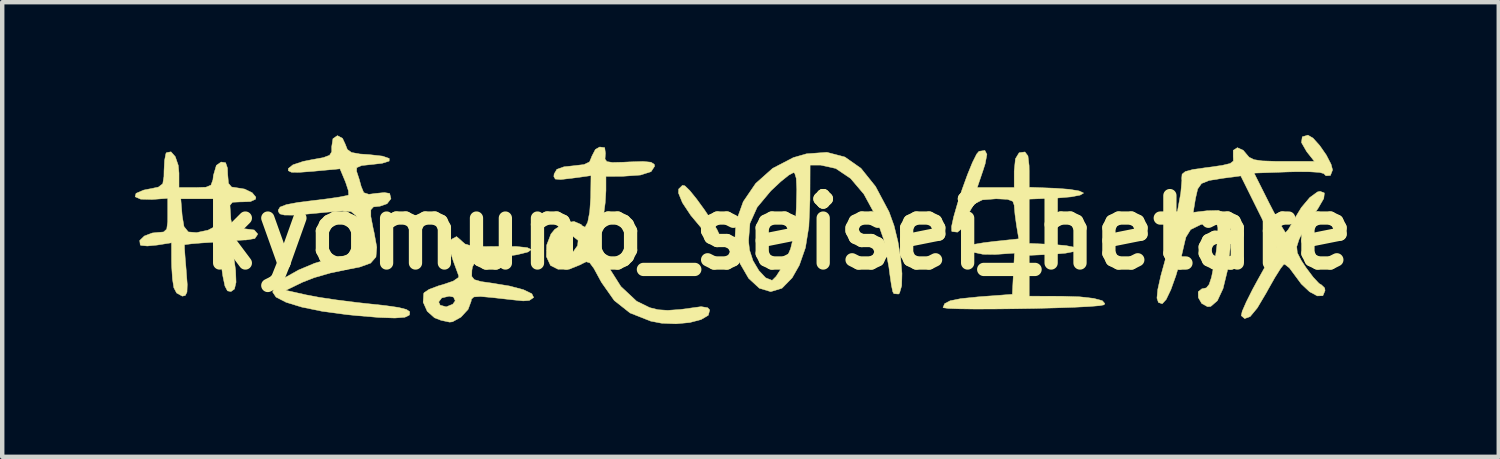
<source format=kicad_pcb>
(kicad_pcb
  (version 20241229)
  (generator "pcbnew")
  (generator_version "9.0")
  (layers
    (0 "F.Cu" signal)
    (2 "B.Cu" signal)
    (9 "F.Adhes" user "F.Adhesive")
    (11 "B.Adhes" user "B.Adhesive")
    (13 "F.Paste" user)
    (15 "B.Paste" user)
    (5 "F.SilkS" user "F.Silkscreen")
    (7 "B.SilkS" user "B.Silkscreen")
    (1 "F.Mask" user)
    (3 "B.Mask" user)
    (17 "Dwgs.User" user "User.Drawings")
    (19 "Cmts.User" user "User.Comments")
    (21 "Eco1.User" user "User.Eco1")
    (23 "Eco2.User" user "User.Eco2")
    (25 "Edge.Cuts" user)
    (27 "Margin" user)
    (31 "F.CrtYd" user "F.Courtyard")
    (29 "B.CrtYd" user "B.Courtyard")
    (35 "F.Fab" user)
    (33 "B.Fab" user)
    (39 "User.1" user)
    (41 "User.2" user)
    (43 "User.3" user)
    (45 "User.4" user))
  (footprint "kyomuno_seisei_hetare"
    (layer "F.Cu")
    (at 14.543 2.206)
    (property "Reference" "kyomuno_seisei_hetare" (at 0 0 0) (layer "F.SilkS") (effects (font (size 1.524 1.524) (thickness 0.3))))
    (attr through_hole)
    (fp_poly (pts (xy -2.112 -1.056) (xy -2.002 -0.95) (xy -1.846 -0.757) (xy -1.672 -0.518) (xy -1.507 -0.272) (xy -1.381 -0.061) (xy -1.32 0.074) (xy -1.32 0.098) (xy -1.405 0.163) (xy -1.527 0.11) (xy -1.706 -0.064) (xy -1.977 -0.388) (xy -2.166 -0.673) (xy -2.255 -0.892) (xy -2.252 -0.982) (xy -2.166 -1.066) (xy -2.112 -1.056)) (stroke (width 0.01) (type solid)) (fill yes) (layer "F.SilkS"))
    (fp_poly (pts (xy -7.167 0.182) (xy -7.163 0.188) (xy -7.081 0.26) (xy -6.943 0.301) (xy -6.711 0.318) (xy -6.35 0.315) (xy -6.324 0.315) (xy -5.92 0.316) (xy -5.673 0.342) (xy -5.584 0.386) (xy -5.657 0.44) (xy -5.895 0.5) (xy -6.223 0.55) (xy -6.559 0.596) (xy -6.763 0.639) (xy -6.869 0.695) (xy -6.913 0.779) (xy -6.926 0.859) (xy -6.929 0.991) (xy -6.872 1.065) (xy -6.717 1.11) (xy -6.503 1.14) (xy -6.078 1.209) (xy -5.76 1.293) (xy -5.571 1.384) (xy -5.529 1.469) (xy -5.628 1.536) (xy -5.766 1.546) (xy -5.963 1.526) (xy -6.252 1.494) (xy -6.456 1.471) (xy -6.733 1.446) (xy -6.881 1.456) (xy -6.937 1.508) (xy -6.943 1.555) (xy -7.011 1.737) (xy -7.173 1.913) (xy -7.363 2.018) (xy -7.429 2.026) (xy -7.622 1.985) (xy -7.77 1.928) (xy -7.935 1.781) (xy -8.027 1.574) (xy -8.026 1.57) (xy -7.676 1.57) (xy -7.643 1.642) (xy -7.506 1.681) (xy -7.358 1.621) (xy -7.302 1.545) (xy -7.341 1.459) (xy -7.439 1.439) (xy -7.608 1.479) (xy -7.676 1.57) (xy -8.026 1.57) (xy -8.015 1.381) (xy -8.004 1.359) (xy -7.894 1.286) (xy -7.681 1.206) (xy -7.568 1.174) (xy -7.346 1.098) (xy -7.229 1.017) (xy -7.222 0.984) (xy -7.348 0.639) (xy -7.418 0.418) (xy -7.441 0.284) (xy -7.421 0.202) (xy -7.377 0.148) (xy -7.272 0.092) (xy -7.167 0.182)) (stroke (width 0.01) (type solid)) (fill yes) (layer "F.SilkS"))
    (fp_poly (pts (xy 1.507 -1.706) (xy 1.87 -1.451) (xy 2.199 -1.041) (xy 2.503 -0.47) (xy 2.507 -0.461) (xy 2.618 -0.154) (xy 2.706 0.207) (xy 2.767 0.581) (xy 2.797 0.926) (xy 2.79 1.203) (xy 2.742 1.369) (xy 2.719 1.391) (xy 2.614 1.382) (xy 2.589 1.339) (xy 2.559 1.196) (xy 2.523 0.95) (xy 2.5 0.774) (xy 2.382 0.151) (xy 2.189 -0.403) (xy 1.936 -0.868) (xy 1.635 -1.223) (xy 1.3 -1.448) (xy 0.957 -1.524) (xy 0.72 -1.524) (xy 0.717 -0.741) (xy 0.692 -0.137) (xy 0.615 0.343) (xy 0.477 0.739) (xy 0.315 1.024) (xy 0.084 1.26) (xy -0.17 1.337) (xy -0.427 1.26) (xy -0.67 1.035) (xy -0.864 0.7) (xy -0.984 0.234) (xy -0.982 0.193) (xy -0.672 0.193) (xy -0.649 0.398) (xy -0.571 0.637) (xy -0.438 0.861) (xy -0.285 1.024) (xy -0.146 1.08) (xy -0.132 1.077) (xy -0.047 0.992) (xy 0.076 0.801) (xy 0.166 0.633) (xy 0.279 0.367) (xy 0.351 0.077) (xy 0.393 -0.292) (xy 0.409 -0.569) (xy 0.419 -0.973) (xy 0.407 -1.225) (xy 0.371 -1.342) (xy 0.345 -1.355) (xy 0.239 -1.298) (xy 0.056 -1.151) (xy -0.165 -0.944) (xy -0.168 -0.941) (xy -0.477 -0.571) (xy -0.64 -0.208) (xy -0.672 0.193) (xy -0.982 0.193) (xy -0.955 -0.241) (xy -0.791 -0.697) (xy -0.51 -1.109) (xy -0.127 -1.45) (xy 0.342 -1.694) (xy 0.638 -1.779) (xy 1.099 -1.813) (xy 1.507 -1.706)) (stroke (width 0.01) (type solid)) (fill yes) (layer "F.SilkS"))
    (fp_poly (pts (xy -3.923 -1.918) (xy -3.906 -1.787) (xy -3.909 -1.764) (xy -3.916 -1.66) (xy -3.874 -1.603) (xy -3.748 -1.583) (xy -3.503 -1.589) (xy -3.365 -1.596) (xy -3.053 -1.606) (xy -2.877 -1.589) (xy -2.803 -1.542) (xy -2.794 -1.5) (xy -2.875 -1.376) (xy -3.116 -1.299) (xy -3.516 -1.271) (xy -3.535 -1.271) (xy -3.895 -1.27) (xy -3.895 -0.945) (xy -3.912 -0.669) (xy -3.957 -0.329) (xy -3.988 -0.156) (xy -4.036 0.131) (xy -4.029 0.338) (xy -3.956 0.551) (xy -3.87 0.727) (xy -3.558 1.22) (xy -3.202 1.553) (xy -2.904 1.699) (xy -2.715 1.746) (xy -2.5 1.76) (xy -2.215 1.74) (xy -1.814 1.686) (xy -1.745 1.676) (xy -1.596 1.7) (xy -1.549 1.751) (xy -1.581 1.871) (xy -1.745 1.968) (xy -2.001 2.035) (xy -2.312 2.064) (xy -2.64 2.05) (xy -2.884 2.003) (xy -3.35 1.819) (xy -3.707 1.537) (xy -3.997 1.125) (xy -4.03 1.064) (xy -4.167 0.812) (xy -4.26 0.686) (xy -4.341 0.661) (xy -4.443 0.71) (xy -4.462 0.723) (xy -4.722 0.828) (xy -4.979 0.83) (xy -5.148 0.745) (xy -5.241 0.545) (xy -5.238 0.407) (xy -4.894 0.407) (xy -4.874 0.481) (xy -4.822 0.569) (xy -4.743 0.541) (xy -4.643 0.447) (xy -4.535 0.294) (xy -4.524 0.178) (xy -4.649 0.079) (xy -4.779 0.107) (xy -4.874 0.228) (xy -4.894 0.407) (xy -5.238 0.407) (xy -5.235 0.285) (xy -5.138 0.034) (xy -5.053 -0.07) (xy -4.835 -0.21) (xy -4.617 -0.25) (xy -4.456 -0.181) (xy -4.435 -0.154) (xy -4.367 -0.12) (xy -4.307 -0.232) (xy -4.262 -0.463) (xy -4.24 -0.791) (xy -4.239 -0.833) (xy -4.233 -1.286) (xy -4.665 -1.227) (xy -4.916 -1.198) (xy -5.04 -1.208) (xy -5.073 -1.266) (xy -5.066 -1.324) (xy -5.005 -1.428) (xy -4.845 -1.485) (xy -4.64 -1.507) (xy -4.392 -1.536) (xy -4.267 -1.595) (xy -4.219 -1.707) (xy -4.217 -1.718) (xy -4.134 -1.878) (xy -4.036 -1.933) (xy -3.923 -1.918)) (stroke (width 0.01) (type solid)) (fill yes) (layer "F.SilkS"))
    (fp_poly (pts (xy 4.717 -1.766) (xy 4.677 -1.552) (xy 4.629 -1.402) (xy 4.498 -1.016) (xy 5.334 -1.016) (xy 5.334 -1.388) (xy 5.362 -1.667) (xy 5.444 -1.801) (xy 5.453 -1.805) (xy 5.577 -1.821) (xy 5.645 -1.731) (xy 5.671 -1.51) (xy 5.673 -1.387) (xy 5.673 -1.023) (xy 6.287 -0.999) (xy 6.584 -0.976) (xy 6.803 -0.939) (xy 6.899 -0.895) (xy 6.9 -0.889) (xy 6.823 -0.845) (xy 6.618 -0.806) (xy 6.328 -0.781) (xy 6.287 -0.779) (xy 5.673 -0.755) (xy 5.673 0.246) (xy 6.224 0.271) (xy 6.504 0.296) (xy 6.703 0.336) (xy 6.775 0.381) (xy 6.698 0.428) (xy 6.495 0.467) (xy 6.224 0.491) (xy 5.673 0.516) (xy 5.673 1.439) (xy 6.413 1.441) (xy 6.819 1.454) (xy 7.131 1.489) (xy 7.326 1.542) (xy 7.383 1.607) (xy 7.364 1.635) (xy 7.263 1.654) (xy 7.027 1.673) (xy 6.686 1.69) (xy 6.269 1.704) (xy 5.805 1.716) (xy 5.326 1.724) (xy 4.86 1.729) (xy 4.438 1.73) (xy 4.089 1.725) (xy 3.843 1.716) (xy 3.729 1.7) (xy 3.725 1.696) (xy 3.762 1.608) (xy 3.887 1.543) (xy 4.127 1.495) (xy 4.506 1.456) (xy 4.605 1.448) (xy 5.292 1.397) (xy 5.316 0.931) (xy 5.341 0.466) (xy 4.906 0.496) (xy 4.628 0.492) (xy 4.418 0.448) (xy 4.311 0.376) (xy 4.331 0.298) (xy 4.431 0.267) (xy 4.651 0.23) (xy 4.905 0.199) (xy 5.437 0.143) (xy 5.386 -0.161) (xy 5.352 -0.408) (xy 5.335 -0.602) (xy 5.335 -0.614) (xy 5.303 -0.705) (xy 5.183 -0.75) (xy 4.935 -0.762) (xy 4.921 -0.762) (xy 4.613 -0.738) (xy 4.425 -0.643) (xy 4.312 -0.448) (xy 4.272 -0.31) (xy 4.181 -0.116) (xy 4.052 -0.008) (xy 3.93 -0.022) (xy 3.921 -0.03) (xy 3.918 -0.135) (xy 3.966 -0.355) (xy 4.051 -0.651) (xy 4.159 -0.981) (xy 4.277 -1.306) (xy 4.39 -1.583) (xy 4.485 -1.773) (xy 4.538 -1.835) (xy 4.671 -1.855) (xy 4.717 -1.766)) (stroke (width 0.01) (type solid)) (fill yes) (layer "F.SilkS"))
    (fp_poly (pts (xy -13.631 -1.715) (xy -13.563 -1.517) (xy -13.547 -1.344) (xy -13.547 -1.016) (xy -13.171 -1.016) (xy -12.938 -1.024) (xy -12.824 -1.071) (xy -12.78 -1.191) (xy -12.769 -1.29) (xy -12.702 -1.518) (xy -12.594 -1.593) (xy -12.493 -1.578) (xy -12.451 -1.457) (xy -12.446 -1.319) (xy -12.428 -1.112) (xy -12.358 -1.028) (xy -12.271 -1.016) (xy -12.063 -0.982) (xy -11.892 -0.899) (xy -11.809 -0.799) (xy -11.817 -0.752) (xy -11.93 -0.7) (xy -12.13 -0.692) (xy -12.137 -0.693) (xy -12.339 -0.684) (xy -12.395 -0.614) (xy -12.384 -0.45) (xy -12.374 -0.296) (xy -12.341 -0.153) (xy -12.233 -0.094) (xy -12.065 -0.085) (xy -11.846 -0.057) (xy -11.769 0.031) (xy -11.769 0.042) (xy -11.832 0.136) (xy -12.035 0.169) (xy -12.069 0.169) (xy -12.267 0.18) (xy -12.34 0.242) (xy -12.331 0.403) (xy -12.324 0.445) (xy -12.267 0.855) (xy -12.257 1.126) (xy -12.293 1.278) (xy -12.372 1.335) (xy -12.451 1.319) (xy -12.508 1.211) (xy -12.556 0.982) (xy -12.584 0.787) (xy -12.658 0.212) (xy -13.035 0.236) (xy -13.264 0.255) (xy -13.404 0.273) (xy -13.423 0.279) (xy -13.422 0.365) (xy -13.407 0.575) (xy -13.383 0.863) (xy -13.383 0.868) (xy -13.36 1.174) (xy -13.366 1.347) (xy -13.405 1.424) (xy -13.471 1.439) (xy -13.6 1.368) (xy -13.663 1.249) (xy -13.694 1.05) (xy -13.712 0.769) (xy -13.715 0.645) (xy -13.716 0.232) (xy -14.042 0.284) (xy -14.263 0.305) (xy -14.406 0.291) (xy -14.422 0.282) (xy -14.435 0.181) (xy -14.33 0.079) (xy -14.151 0.011) (xy -14.044 0) (xy -13.895 -0.012) (xy -13.824 -0.077) (xy -13.802 -0.242) (xy -13.801 -0.387) (xy -13.801 -0.762) (xy -13.506 -0.762) (xy -13.475 -0.381) (xy -13.434 -0.135) (xy -13.336 -0.013) (xy -13.148 0.002) (xy -12.89 -0.053) (xy -12.762 -0.12) (xy -12.708 -0.263) (xy -12.7 -0.433) (xy -12.7 -0.762) (xy -13.506 -0.762) (xy -13.801 -0.762) (xy -13.801 -0.773) (xy -14.152 -0.747) (xy -14.413 -0.754) (xy -14.538 -0.808) (xy -14.518 -0.885) (xy -14.345 -0.959) (xy -14.23 -0.982) (xy -14.013 -1.026) (xy -13.914 -1.102) (xy -13.887 -1.264) (xy -13.885 -1.394) (xy -13.873 -1.628) (xy -13.843 -1.783) (xy -13.83 -1.805) (xy -13.728 -1.824) (xy -13.631 -1.715)) (stroke (width 0.01) (type solid)) (fill yes) (layer "F.SilkS"))
    (fp_poly (pts (xy -9.85 -2.129) (xy -9.789 -1.998) (xy -9.741 -1.877) (xy -9.646 -1.809) (xy -9.459 -1.775) (xy -9.249 -1.761) (xy -8.947 -1.727) (xy -8.794 -1.674) (xy -8.795 -1.615) (xy -8.953 -1.565) (xy -9.172 -1.54) (xy -9.419 -1.514) (xy -9.529 -1.466) (xy -9.532 -1.385) (xy -9.532 -1.384) (xy -9.472 -1.201) (xy -9.429 -1.043) (xy -9.37 -0.901) (xy -9.255 -0.863) (xy -9.106 -0.883) (xy -8.905 -0.903) (xy -8.787 -0.884) (xy -8.784 -0.882) (xy -8.755 -0.764) (xy -8.844 -0.65) (xy -9.008 -0.593) (xy -9.026 -0.593) (xy -9.151 -0.579) (xy -9.21 -0.513) (xy -9.21 -0.362) (xy -9.157 -0.09) (xy -9.137 -0.003) (xy -9.076 0.332) (xy -9.094 0.553) (xy -9.215 0.692) (xy -9.462 0.781) (xy -9.756 0.838) (xy -10.129 0.916) (xy -10.495 1.022) (xy -10.753 1.123) (xy -11.134 1.307) (xy -10.668 1.411) (xy -10.376 1.466) (xy -9.98 1.525) (xy -9.545 1.58) (xy -9.328 1.604) (xy -8.881 1.652) (xy -8.581 1.695) (xy -8.405 1.74) (xy -8.331 1.791) (xy -8.335 1.855) (xy -8.343 1.869) (xy -8.441 1.916) (xy -8.667 1.933) (xy -9.031 1.92) (xy -9.546 1.877) (xy -9.76 1.855) (xy -10.309 1.781) (xy -10.772 1.686) (xy -11.127 1.577) (xy -11.353 1.46) (xy -11.43 1.345) (xy -11.353 1.188) (xy -11.145 1.017) (xy -10.844 0.848) (xy -10.485 0.697) (xy -10.105 0.581) (xy -9.739 0.516) (xy -9.582 0.508) (xy -9.461 0.496) (xy -9.411 0.432) (xy -9.416 0.27) (xy -9.438 0.116) (xy -9.488 -0.197) (xy -9.548 -0.384) (xy -9.656 -0.472) (xy -9.851 -0.489) (xy -10.171 -0.462) (xy -10.235 -0.456) (xy -10.677 -0.414) (xy -10.978 -0.393) (xy -11.165 -0.395) (xy -11.263 -0.42) (xy -11.299 -0.47) (xy -11.303 -0.508) (xy -11.261 -0.575) (xy -11.12 -0.63) (xy -10.855 -0.68) (xy -10.525 -0.721) (xy -10.181 -0.763) (xy -9.907 -0.804) (xy -9.742 -0.837) (xy -9.712 -0.848) (xy -9.717 -0.945) (xy -9.778 -1.13) (xy -9.792 -1.165) (xy -9.907 -1.44) (xy -10.511 -1.384) (xy -10.827 -1.36) (xy -11.006 -1.363) (xy -11.076 -1.397) (xy -11.075 -1.447) (xy -10.971 -1.53) (xy -10.74 -1.607) (xy -10.555 -1.644) (xy -10.284 -1.693) (xy -10.143 -1.746) (xy -10.093 -1.827) (xy -10.095 -1.937) (xy -10.066 -2.122) (xy -9.965 -2.19) (xy -9.85 -2.129)) (stroke (width 0.01) (type solid)) (fill yes) (layer "F.SilkS"))
    (fp_poly (pts (xy 12.089 -2.134) (xy 12.24 -1.966) (xy 12.389 -1.752) (xy 12.497 -1.543) (xy 12.531 -1.414) (xy 12.482 -1.289) (xy 12.381 -1.283) (xy 12.332 -1.333) (xy 12.236 -1.359) (xy 12.011 -1.373) (xy 11.697 -1.374) (xy 11.525 -1.37) (xy 10.757 -1.343) (xy 11.094 -0.671) (xy 11.248 -0.373) (xy 11.375 -0.143) (xy 11.455 -0.015) (xy 11.471 0) (xy 11.531 -0.068) (xy 11.628 -0.234) (xy 11.649 -0.275) (xy 11.825 -0.564) (xy 12.016 -0.791) (xy 12.189 -0.917) (xy 12.249 -0.931) (xy 12.346 -0.893) (xy 12.332 -0.769) (xy 12.202 -0.544) (xy 12.119 -0.426) (xy 11.948 -0.167) (xy 11.807 0.086) (xy 11.772 0.16) (xy 11.721 0.32) (xy 11.734 0.459) (xy 11.826 0.637) (xy 11.934 0.799) (xy 12.094 1.012) (xy 12.225 1.152) (xy 12.281 1.185) (xy 12.352 1.254) (xy 12.361 1.312) (xy 12.312 1.429) (xy 12.185 1.433) (xy 12.011 1.339) (xy 11.824 1.163) (xy 11.684 0.974) (xy 11.555 0.8) (xy 11.451 0.719) (xy 11.428 0.721) (xy 11.356 0.812) (xy 11.229 1.014) (xy 11.074 1.287) (xy 11.036 1.357) (xy 10.829 1.706) (xy 10.668 1.9) (xy 10.544 1.946) (xy 10.467 1.88) (xy 10.488 1.782) (xy 10.579 1.573) (xy 10.723 1.286) (xy 10.84 1.071) (xy 11.254 0.328) (xy 10.855 -0.476) (xy 10.456 -1.28) (xy 10.033 -1.224) (xy 9.738 -1.176) (xy 9.569 -1.108) (xy 9.482 -0.985) (xy 9.433 -0.773) (xy 9.429 -0.75) (xy 9.381 -0.455) (xy 9.687 -0.491) (xy 9.951 -0.498) (xy 10.12 -0.429) (xy 10.209 -0.26) (xy 10.233 0.032) (xy 10.217 0.348) (xy 10.153 0.865) (xy 10.055 1.268) (xy 9.927 1.542) (xy 9.777 1.671) (xy 9.705 1.677) (xy 9.573 1.604) (xy 9.497 1.472) (xy 9.494 1.34) (xy 9.579 1.271) (xy 9.598 1.27) (xy 9.679 1.251) (xy 9.741 1.174) (xy 9.795 1.01) (xy 9.851 0.729) (xy 9.901 0.426) (xy 9.937 0.114) (xy 9.938 -0.11) (xy 9.912 -0.197) (xy 9.783 -0.224) (xy 9.563 -0.182) (xy 9.543 -0.175) (xy 9.323 -0.067) (xy 9.217 0.103) (xy 9.195 0.188) (xy 9.101 0.595) (xy 8.99 0.973) (xy 8.876 1.291) (xy 8.769 1.514) (xy 8.683 1.608) (xy 8.675 1.609) (xy 8.594 1.581) (xy 8.561 1.482) (xy 8.579 1.29) (xy 8.648 0.981) (xy 8.756 0.589) (xy 8.909 0.018) (xy 9.025 -0.484) (xy 9.099 -0.889) (xy 9.124 -1.17) (xy 9.121 -1.228) (xy 9.129 -1.318) (xy 9.202 -1.378) (xy 9.373 -1.424) (xy 9.675 -1.467) (xy 9.717 -1.472) (xy 10.035 -1.517) (xy 10.215 -1.56) (xy 10.288 -1.615) (xy 10.287 -1.695) (xy 10.285 -1.698) (xy 10.285 -1.858) (xy 10.379 -1.918) (xy 10.512 -1.858) (xy 10.567 -1.792) (xy 10.644 -1.702) (xy 10.755 -1.647) (xy 10.938 -1.619) (xy 11.234 -1.609) (xy 11.404 -1.609) (xy 12.12 -1.609) (xy 11.945 -1.83) (xy 11.828 -2.034) (xy 11.846 -2.163) (xy 11.974 -2.201) (xy 12.089 -2.134)) (stroke (width 0.01) (type solid)) (fill yes) (layer "F.SilkS")))
  (gr_rect
    (start -3 -3)
    (end 30.831 7.276)
    (stroke (width 0.1) (type default))
    (fill no)
    (layer "Edge.Cuts")))
</source>
